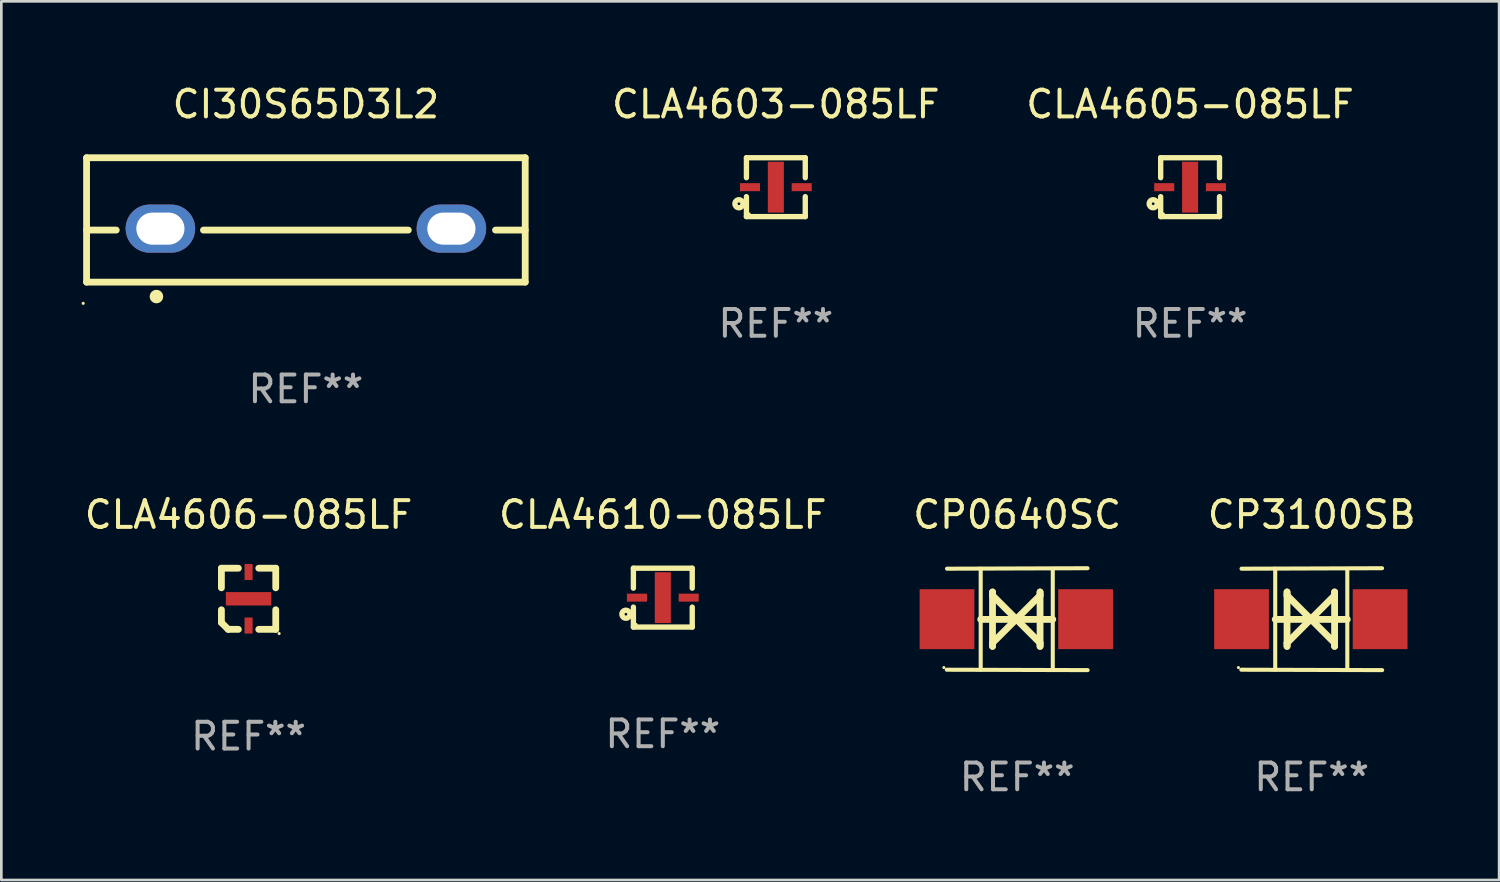
<source format=kicad_pcb>
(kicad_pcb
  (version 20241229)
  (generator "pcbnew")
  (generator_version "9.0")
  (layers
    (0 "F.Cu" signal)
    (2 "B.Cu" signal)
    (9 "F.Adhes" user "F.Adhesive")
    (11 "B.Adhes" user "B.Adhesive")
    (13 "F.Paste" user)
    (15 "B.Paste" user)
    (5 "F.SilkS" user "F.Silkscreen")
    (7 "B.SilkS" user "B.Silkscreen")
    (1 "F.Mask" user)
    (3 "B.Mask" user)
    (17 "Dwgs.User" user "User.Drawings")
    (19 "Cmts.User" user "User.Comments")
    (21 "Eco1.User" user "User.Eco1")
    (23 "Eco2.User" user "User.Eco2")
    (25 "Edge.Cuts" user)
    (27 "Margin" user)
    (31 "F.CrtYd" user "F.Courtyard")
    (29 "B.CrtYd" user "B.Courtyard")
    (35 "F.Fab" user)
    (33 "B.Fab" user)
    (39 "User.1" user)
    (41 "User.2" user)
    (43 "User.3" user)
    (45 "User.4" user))
  (footprint "CLA4610-085LF"
    (layer "F.Cu")
    (at 21.732 19.295)
    (property "Reference" "CLA4610-085LF" (at 0 -3.1 0) (layer "F.SilkS") (effects (font (size 1 1) (thickness 0.15))))
    (attr through_hole)
    (fp_line (start -1.1 -1.1) (end -1.1 -0.354) (stroke (width 0.2) (type solid)) (layer "F.SilkS"))
    (fp_line (start -1.1 -1.1) (end 1.1 -1.1) (stroke (width 0.2) (type solid)) (layer "F.SilkS"))
    (fp_line (start -1.1 0.354) (end -1.1 1.1) (stroke (width 0.2) (type solid)) (layer "F.SilkS"))
    (fp_line (start -1.1 1.1) (end 1.1 1.1) (stroke (width 0.2) (type solid)) (layer "F.SilkS"))
    (fp_line (start 1.1 -1.1) (end 1.1 -0.354) (stroke (width 0.2) (type solid)) (layer "F.SilkS"))
    (fp_line (start 1.1 0.354) (end 1.1 1.1) (stroke (width 0.2) (type solid)) (layer "F.SilkS"))
    (fp_circle (center -1.38 0.62) (end -1.33 0.62) (stroke (width 0.2) (type solid)) (fill no) (layer "F.SilkS"))
    (fp_circle (center -1 1) (end -0.97 1) (stroke (width 0.06) (type solid)) (fill no) (layer "F.SilkS"))
    (fp_text user "REF**" (at 0 5.1 0) (layer "F.Fab") (effects (font (size 1 1) (thickness 0.15))))
    (pad "1" smd rect (at -0.967 -0.000025) (size 0.75 0.3) (layers "F.Cu" "F.Mask" "F.Paste"))
    (pad "2" smd rect (at 0 -0.000025) (size 0.6 1.9) (layers "F.Cu" "F.Mask" "F.Paste"))
    (pad "3" smd rect (at 0.967 -0.000025) (size 0.75 0.3) (layers "F.Cu" "F.Mask" "F.Paste")))
  (footprint "CI30S65D3L2"
    (layer "F.Cu")
    (at 8.387 5.173)
    (property "Reference" "CI30S65D3L2" (at 0 -4.325 0) (layer "F.SilkS") (effects (font (size 1 1) (thickness 0.15))))
    (attr through_hole)
    (fp_line (start -8.2 -2.325) (end -8.2 2.325) (stroke (width 0.254) (type solid)) (layer "F.SilkS"))
    (fp_line (start -8.2 -2.325) (end 8.2 -2.325) (stroke (width 0.254) (type solid)) (layer "F.SilkS"))
    (fp_line (start -8.2 0.38) (end -7.09 0.38) (stroke (width 0.254) (type solid)) (layer "F.SilkS"))
    (fp_line (start -8.2 2.325) (end 8.2 2.325) (stroke (width 0.254) (type solid)) (layer "F.SilkS"))
    (fp_line (start -3.83 0.38) (end 3.83 0.38) (stroke (width 0.254) (type solid)) (layer "F.SilkS"))
    (fp_line (start 7.09 0.38) (end 8.2 0.38) (stroke (width 0.254) (type solid)) (layer "F.SilkS"))
    (fp_line (start 8.2 -2.325) (end 8.2 2.325) (stroke (width 0.254) (type solid)) (layer "F.SilkS"))
    (fp_circle (center -8.327 3.119) (end -8.297 3.119) (stroke (width 0.06) (type solid)) (fill no) (layer "F.SilkS"))
    (fp_circle (center -5.588 2.865) (end -5.461 2.865) (stroke (width 0.254) (type solid)) (fill no) (layer "F.SilkS"))
    (fp_text user "REF**" (at 0 6.325 0) (layer "F.Fab") (effects (font (size 1 1) (thickness 0.15))))
    (pad "1" thru_hole oval (at -5.44 0.325) (size 2.6 1.8) (drill oval 1.8 1.2) (layers "*.Cu" "*.Mask"))
    (pad "2" thru_hole oval (at 5.44 0.325) (size 2.6 1.8) (drill oval 1.8 1.2) (layers "*.Cu" "*.Mask")))
  (footprint "CLA4606-085LF"
    (layer "F.Cu")
    (at 6.244 19.338)
    (property "Reference" "CLA4606-085LF" (at 0 -3.143 0) (layer "F.SilkS") (effects (font (size 1 1) (thickness 0.15))))
    (attr through_hole)
    (fp_line (start -1.016 -1.143) (end -0.381 -1.143) (stroke (width 0.254) (type solid)) (layer "F.SilkS"))
    (fp_line (start -1.016 -0.41) (end -1.016 -1.143) (stroke (width 0.254) (type solid)) (layer "F.SilkS"))
    (fp_line (start -1.016 0.889) (end -1.016 0.41) (stroke (width 0.254) (type solid)) (layer "F.SilkS"))
    (fp_line (start -0.762 1.143) (end -1.016 0.889) (stroke (width 0.254) (type solid)) (layer "F.SilkS"))
    (fp_line (start -0.381 1.143) (end -0.762 1.143) (stroke (width 0.254) (type solid)) (layer "F.SilkS"))
    (fp_line (start 0.381 -1.143) (end 1.016 -1.143) (stroke (width 0.254) (type solid)) (layer "F.SilkS"))
    (fp_line (start 1.016 -1.143) (end 1.016 -0.41) (stroke (width 0.254) (type solid)) (layer "F.SilkS"))
    (fp_line (start 1.016 0.41) (end 1.016 1.143) (stroke (width 0.254) (type solid)) (layer "F.SilkS"))
    (fp_line (start 1.016 1.143) (end 0.381 1.143) (stroke (width 0.254) (type solid)) (layer "F.SilkS"))
    (fp_circle (center 1.143 1.3) (end 1.173 1.3) (stroke (width 0.06) (type solid)) (fill no) (layer "F.SilkS"))
    (fp_text user "REF**" (at 0 5.143 0) (layer "F.Fab") (effects (font (size 1 1) (thickness 0.15))))
    (pad "1" smd rect (at 0 1) (size 0.3 0.6) (layers "F.Cu" "F.Mask" "F.Paste"))
    (pad "2" smd rect (at 0 0 270) (size 0.5 1.7) (layers "F.Cu" "F.Mask" "F.Paste"))
    (pad "3" smd rect (at 0 -1 180) (size 0.3 0.6) (layers "F.Cu" "F.Mask" "F.Paste")))
  (footprint "CLA4603-085LF"
    (layer "F.Cu")
    (at 25.958 3.948)
    (property "Reference" "CLA4603-085LF" (at 0 -3.1 0) (layer "F.SilkS") (effects (font (size 1 1) (thickness 0.15))))
    (attr through_hole)
    (fp_line (start -1.1 -1.1) (end -1.1 -0.354) (stroke (width 0.2) (type solid)) (layer "F.SilkS"))
    (fp_line (start -1.1 -1.1) (end 1.1 -1.1) (stroke (width 0.2) (type solid)) (layer "F.SilkS"))
    (fp_line (start -1.1 0.354) (end -1.1 1.1) (stroke (width 0.2) (type solid)) (layer "F.SilkS"))
    (fp_line (start -1.1 1.1) (end 1.1 1.1) (stroke (width 0.2) (type solid)) (layer "F.SilkS"))
    (fp_line (start 1.1 -1.1) (end 1.1 -0.354) (stroke (width 0.2) (type solid)) (layer "F.SilkS"))
    (fp_line (start 1.1 0.354) (end 1.1 1.1) (stroke (width 0.2) (type solid)) (layer "F.SilkS"))
    (fp_circle (center -1.38 0.62) (end -1.33 0.62) (stroke (width 0.2) (type solid)) (fill no) (layer "F.SilkS"))
    (fp_circle (center -1 1) (end -0.97 1) (stroke (width 0.06) (type solid)) (fill no) (layer "F.SilkS"))
    (fp_text user "REF**" (at 0 5.1 0) (layer "F.Fab") (effects (font (size 1 1) (thickness 0.15))))
    (pad "1" smd rect (at -0.967 -0.000025) (size 0.75 0.3) (layers "F.Cu" "F.Mask" "F.Paste"))
    (pad "2" smd rect (at 0 -0.000025) (size 0.6 1.9) (layers "F.Cu" "F.Mask" "F.Paste"))
    (pad "3" smd rect (at 0.967 -0.000025) (size 0.75 0.3) (layers "F.Cu" "F.Mask" "F.Paste")))
  (footprint "CP3100SB"
    (layer "F.Cu")
    (at 45.994 20.1)
    (property "Reference" "CP3100SB" (at 0 -3.905 0) (layer "F.SilkS") (effects (font (size 1 1) (thickness 0.15))))
    (attr through_hole)
    (fp_line (start -1.365 1.886) (end -1.365 -1.886) (stroke (width 0.152) (type solid)) (layer "F.SilkS"))
    (fp_line (start -1.365 0.008) (end 1.33 0.008) (stroke (width 0.254) (type solid)) (layer "F.SilkS"))
    (fp_line (start -0.923 -1.016) (end -0.923 1.016) (stroke (width 0.254) (type solid)) (layer "F.SilkS"))
    (fp_line (start -0.923 -0.889) (end -0.923 -1.016) (stroke (width 0.254) (type solid)) (layer "F.SilkS"))
    (fp_line (start -0.923 0.889) (end -0.034 0) (stroke (width 0.254) (type solid)) (layer "F.SilkS"))
    (fp_line (start -0.923 1.016) (end -0.923 0.889) (stroke (width 0.254) (type solid)) (layer "F.SilkS"))
    (fp_line (start -0.034 0) (end -0.923 -0.889) (stroke (width 0.254) (type solid)) (layer "F.SilkS"))
    (fp_line (start -0.034 0) (end 0.855 0.889) (stroke (width 0.254) (type solid)) (layer "F.SilkS"))
    (fp_line (start 0.855 -1.016) (end 0.855 -0.889) (stroke (width 0.254) (type solid)) (layer "F.SilkS"))
    (fp_line (start 0.855 -0.889) (end -0.034 0) (stroke (width 0.254) (type solid)) (layer "F.SilkS"))
    (fp_line (start 0.855 0.889) (end 0.855 1.016) (stroke (width 0.254) (type solid)) (layer "F.SilkS"))
    (fp_line (start 0.855 1.016) (end 0.855 -1.016) (stroke (width 0.254) (type solid)) (layer "F.SilkS"))
    (fp_line (start 1.33 1.886) (end 1.33 -1.886) (stroke (width 0.152) (type solid)) (layer "F.SilkS"))
    (fp_line (start 2.629 -1.905) (end -2.625 -1.887) (stroke (width 0.152) (type solid)) (layer "F.SilkS"))
    (fp_line (start 2.633 1.905) (end -2.633 1.89) (stroke (width 0.152) (type solid)) (layer "F.SilkS"))
    (fp_circle (center -2.741 1.81) (end -2.711 1.81) (stroke (width 0.06) (type solid)) (fill no) (layer "F.SilkS"))
    (fp_text user "REF**" (at 0 5.905 0) (layer "F.Fab") (effects (font (size 1 1) (thickness 0.15))))
    (pad "1" smd rect (at -2.625 0) (size 2.047 2.241) (layers "F.Cu" "F.Mask" "F.Paste"))
    (pad "2" smd rect (at 2.557 0) (size 2.047 2.241) (layers "F.Cu" "F.Mask" "F.Paste")))
  (footprint "CLA4605-085LF"
    (layer "F.Cu")
    (at 41.446 3.948)
    (property "Reference" "CLA4605-085LF" (at 0 -3.1 0) (layer "F.SilkS") (effects (font (size 1 1) (thickness 0.15))))
    (attr through_hole)
    (fp_line (start -1.1 -1.1) (end -1.1 -0.354) (stroke (width 0.2) (type solid)) (layer "F.SilkS"))
    (fp_line (start -1.1 -1.1) (end 1.1 -1.1) (stroke (width 0.2) (type solid)) (layer "F.SilkS"))
    (fp_line (start -1.1 0.354) (end -1.1 1.1) (stroke (width 0.2) (type solid)) (layer "F.SilkS"))
    (fp_line (start -1.1 1.1) (end 1.1 1.1) (stroke (width 0.2) (type solid)) (layer "F.SilkS"))
    (fp_line (start 1.1 -1.1) (end 1.1 -0.354) (stroke (width 0.2) (type solid)) (layer "F.SilkS"))
    (fp_line (start 1.1 0.354) (end 1.1 1.1) (stroke (width 0.2) (type solid)) (layer "F.SilkS"))
    (fp_circle (center -1.38 0.62) (end -1.33 0.62) (stroke (width 0.2) (type solid)) (fill no) (layer "F.SilkS"))
    (fp_circle (center -1 1) (end -0.97 1) (stroke (width 0.06) (type solid)) (fill no) (layer "F.SilkS"))
    (fp_text user "REF**" (at 0 5.1 0) (layer "F.Fab") (effects (font (size 1 1) (thickness 0.15))))
    (pad "1" smd rect (at -0.967 -0.000025) (size 0.75 0.3) (layers "F.Cu" "F.Mask" "F.Paste"))
    (pad "2" smd rect (at 0 -0.000025) (size 0.6 1.9) (layers "F.Cu" "F.Mask" "F.Paste"))
    (pad "3" smd rect (at 0.967 -0.000025) (size 0.75 0.3) (layers "F.Cu" "F.Mask" "F.Paste")))
  (footprint "CP0640SC"
    (layer "F.Cu")
    (at 34.982 20.1)
    (property "Reference" "CP0640SC" (at 0 -3.905 0) (layer "F.SilkS") (effects (font (size 1 1) (thickness 0.15))))
    (attr through_hole)
    (fp_line (start -1.365 1.886) (end -1.365 -1.886) (stroke (width 0.152) (type solid)) (layer "F.SilkS"))
    (fp_line (start -1.365 0.008) (end 1.33 0.008) (stroke (width 0.254) (type solid)) (layer "F.SilkS"))
    (fp_line (start -0.923 -1.016) (end -0.923 1.016) (stroke (width 0.254) (type solid)) (layer "F.SilkS"))
    (fp_line (start -0.923 -0.889) (end -0.923 -1.016) (stroke (width 0.254) (type solid)) (layer "F.SilkS"))
    (fp_line (start -0.923 0.889) (end -0.034 0) (stroke (width 0.254) (type solid)) (layer "F.SilkS"))
    (fp_line (start -0.923 1.016) (end -0.923 0.889) (stroke (width 0.254) (type solid)) (layer "F.SilkS"))
    (fp_line (start -0.034 0) (end -0.923 -0.889) (stroke (width 0.254) (type solid)) (layer "F.SilkS"))
    (fp_line (start -0.034 0) (end 0.855 0.889) (stroke (width 0.254) (type solid)) (layer "F.SilkS"))
    (fp_line (start 0.855 -1.016) (end 0.855 -0.889) (stroke (width 0.254) (type solid)) (layer "F.SilkS"))
    (fp_line (start 0.855 -0.889) (end -0.034 0) (stroke (width 0.254) (type solid)) (layer "F.SilkS"))
    (fp_line (start 0.855 0.889) (end 0.855 1.016) (stroke (width 0.254) (type solid)) (layer "F.SilkS"))
    (fp_line (start 0.855 1.016) (end 0.855 -1.016) (stroke (width 0.254) (type solid)) (layer "F.SilkS"))
    (fp_line (start 1.33 1.886) (end 1.33 -1.886) (stroke (width 0.152) (type solid)) (layer "F.SilkS"))
    (fp_line (start 2.629 -1.905) (end -2.625 -1.887) (stroke (width 0.152) (type solid)) (layer "F.SilkS"))
    (fp_line (start 2.633 1.905) (end -2.633 1.89) (stroke (width 0.152) (type solid)) (layer "F.SilkS"))
    (fp_circle (center -2.741 1.81) (end -2.711 1.81) (stroke (width 0.06) (type solid)) (fill no) (layer "F.SilkS"))
    (fp_text user "REF**" (at 0 5.905 0) (layer "F.Fab") (effects (font (size 1 1) (thickness 0.15))))
    (pad "1" smd rect (at -2.625 0) (size 2.047 2.241) (layers "F.Cu" "F.Mask" "F.Paste"))
    (pad "2" smd rect (at 2.557 0) (size 2.047 2.241) (layers "F.Cu" "F.Mask" "F.Paste")))
  (gr_rect
    (start -3 -3)
    (end 53 29.853)
    (stroke (width 0.1) (type default))
    (fill no)
    (layer "Edge.Cuts")))
</source>
